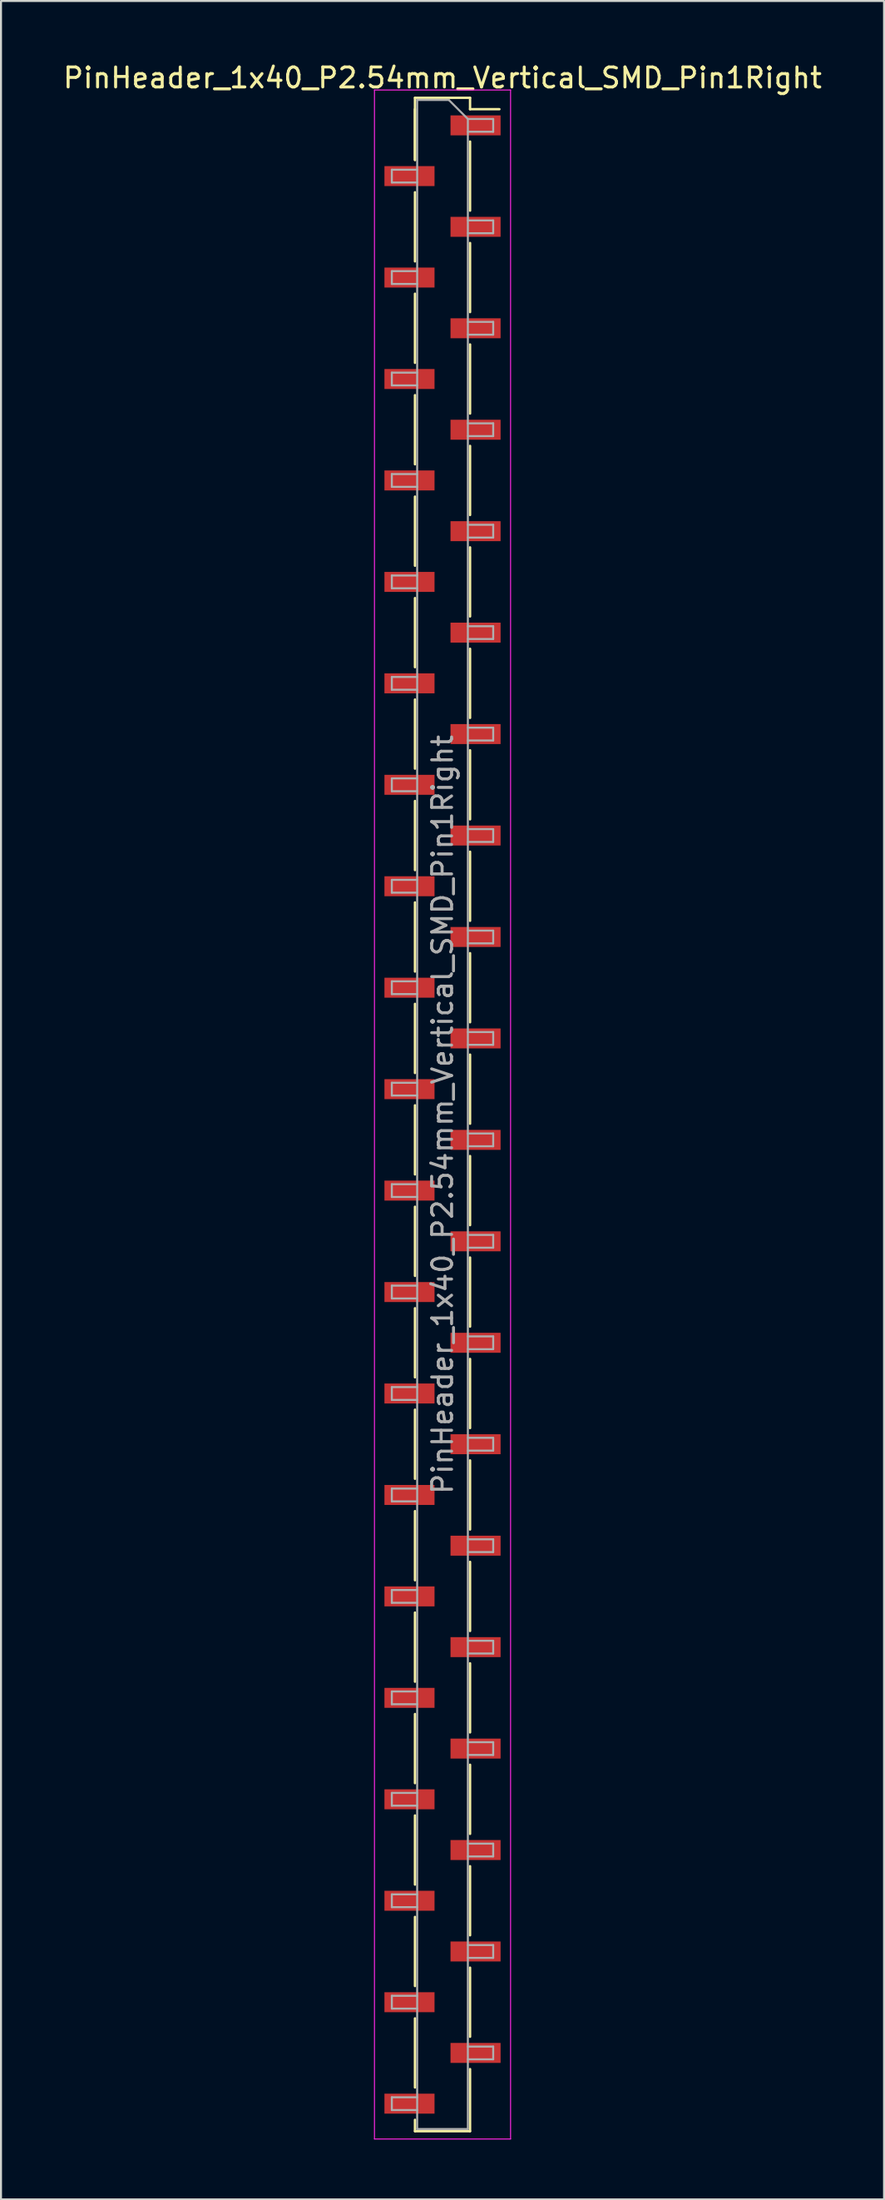
<source format=kicad_pcb>
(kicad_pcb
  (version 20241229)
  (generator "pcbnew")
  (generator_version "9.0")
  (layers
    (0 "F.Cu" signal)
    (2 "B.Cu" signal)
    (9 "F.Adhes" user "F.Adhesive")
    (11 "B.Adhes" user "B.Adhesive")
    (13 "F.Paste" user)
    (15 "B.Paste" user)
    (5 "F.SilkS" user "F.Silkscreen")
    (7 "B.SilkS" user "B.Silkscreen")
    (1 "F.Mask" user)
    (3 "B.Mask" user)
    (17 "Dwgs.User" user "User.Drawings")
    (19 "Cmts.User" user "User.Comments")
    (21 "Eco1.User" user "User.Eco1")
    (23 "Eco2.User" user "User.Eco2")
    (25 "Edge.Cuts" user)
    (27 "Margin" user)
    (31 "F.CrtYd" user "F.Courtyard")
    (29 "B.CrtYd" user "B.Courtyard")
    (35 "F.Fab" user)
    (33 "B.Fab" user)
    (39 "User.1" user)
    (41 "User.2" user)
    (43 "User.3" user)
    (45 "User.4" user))
  (footprint "PinHeader_1x40_P2.54mm_Vertical_SMD_Pin1Right"
    (layer "F.Cu")
    (at 19.125 52.758)
    (property "Reference" "PinHeader_1x40_P2.54mm_Vertical_SMD_Pin1Right" (at 0 -51.91 0) (layer "F.SilkS") (effects (font (size 1 1) (thickness 0.15))))
    (attr smd)
    (fp_line (start -1.38 -50.91) (end -1.38 -47.8) (stroke (width 0.12) (type solid)) (layer "F.SilkS"))
    (fp_line (start -1.38 -50.91) (end 1.38 -50.91) (stroke (width 0.12) (type solid)) (layer "F.SilkS"))
    (fp_line (start -1.38 -50.34) (end -1.38 -47.8) (stroke (width 0.12) (type solid)) (layer "F.SilkS"))
    (fp_line (start -1.38 -46.18) (end -1.38 -42.72) (stroke (width 0.12) (type solid)) (layer "F.SilkS"))
    (fp_line (start -1.38 -41.1) (end -1.38 -37.64) (stroke (width 0.12) (type solid)) (layer "F.SilkS"))
    (fp_line (start -1.38 -36.02) (end -1.38 -32.56) (stroke (width 0.12) (type solid)) (layer "F.SilkS"))
    (fp_line (start -1.38 -30.94) (end -1.38 -27.48) (stroke (width 0.12) (type solid)) (layer "F.SilkS"))
    (fp_line (start -1.38 -25.86) (end -1.38 -22.4) (stroke (width 0.12) (type solid)) (layer "F.SilkS"))
    (fp_line (start -1.38 -20.78) (end -1.38 -17.32) (stroke (width 0.12) (type solid)) (layer "F.SilkS"))
    (fp_line (start -1.38 -15.7) (end -1.38 -12.24) (stroke (width 0.12) (type solid)) (layer "F.SilkS"))
    (fp_line (start -1.38 -10.62) (end -1.38 -7.16) (stroke (width 0.12) (type solid)) (layer "F.SilkS"))
    (fp_line (start -1.38 -5.54) (end -1.38 -2.08) (stroke (width 0.12) (type solid)) (layer "F.SilkS"))
    (fp_line (start -1.38 -0.46) (end -1.38 3) (stroke (width 0.12) (type solid)) (layer "F.SilkS"))
    (fp_line (start -1.38 4.62) (end -1.38 8.08) (stroke (width 0.12) (type solid)) (layer "F.SilkS"))
    (fp_line (start -1.38 9.7) (end -1.38 13.16) (stroke (width 0.12) (type solid)) (layer "F.SilkS"))
    (fp_line (start -1.38 14.78) (end -1.38 18.24) (stroke (width 0.12) (type solid)) (layer "F.SilkS"))
    (fp_line (start -1.38 19.86) (end -1.38 23.32) (stroke (width 0.12) (type solid)) (layer "F.SilkS"))
    (fp_line (start -1.38 24.94) (end -1.38 28.4) (stroke (width 0.12) (type solid)) (layer "F.SilkS"))
    (fp_line (start -1.38 30.02) (end -1.38 33.48) (stroke (width 0.12) (type solid)) (layer "F.SilkS"))
    (fp_line (start -1.38 35.1) (end -1.38 38.56) (stroke (width 0.12) (type solid)) (layer "F.SilkS"))
    (fp_line (start -1.38 40.18) (end -1.38 43.64) (stroke (width 0.12) (type solid)) (layer "F.SilkS"))
    (fp_line (start -1.38 45.26) (end -1.38 48.72) (stroke (width 0.12) (type solid)) (layer "F.SilkS"))
    (fp_line (start -1.38 50.34) (end -1.38 50.91) (stroke (width 0.12) (type solid)) (layer "F.SilkS"))
    (fp_line (start -1.38 50.91) (end 1.38 50.91) (stroke (width 0.12) (type solid)) (layer "F.SilkS"))
    (fp_line (start 1.38 -50.91) (end 1.38 -50.34) (stroke (width 0.12) (type solid)) (layer "F.SilkS"))
    (fp_line (start 1.38 -50.34) (end 2.85 -50.34) (stroke (width 0.12) (type solid)) (layer "F.SilkS"))
    (fp_line (start 1.38 -48.72) (end 1.38 -45.26) (stroke (width 0.12) (type solid)) (layer "F.SilkS"))
    (fp_line (start 1.38 -43.64) (end 1.38 -40.18) (stroke (width 0.12) (type solid)) (layer "F.SilkS"))
    (fp_line (start 1.38 -38.56) (end 1.38 -35.1) (stroke (width 0.12) (type solid)) (layer "F.SilkS"))
    (fp_line (start 1.38 -33.48) (end 1.38 -30.02) (stroke (width 0.12) (type solid)) (layer "F.SilkS"))
    (fp_line (start 1.38 -28.4) (end 1.38 -24.94) (stroke (width 0.12) (type solid)) (layer "F.SilkS"))
    (fp_line (start 1.38 -23.32) (end 1.38 -19.86) (stroke (width 0.12) (type solid)) (layer "F.SilkS"))
    (fp_line (start 1.38 -18.24) (end 1.38 -14.78) (stroke (width 0.12) (type solid)) (layer "F.SilkS"))
    (fp_line (start 1.38 -13.16) (end 1.38 -9.7) (stroke (width 0.12) (type solid)) (layer "F.SilkS"))
    (fp_line (start 1.38 -8.08) (end 1.38 -4.62) (stroke (width 0.12) (type solid)) (layer "F.SilkS"))
    (fp_line (start 1.38 -3) (end 1.38 0.46) (stroke (width 0.12) (type solid)) (layer "F.SilkS"))
    (fp_line (start 1.38 2.08) (end 1.38 5.54) (stroke (width 0.12) (type solid)) (layer "F.SilkS"))
    (fp_line (start 1.38 7.16) (end 1.38 10.62) (stroke (width 0.12) (type solid)) (layer "F.SilkS"))
    (fp_line (start 1.38 12.24) (end 1.38 15.7) (stroke (width 0.12) (type solid)) (layer "F.SilkS"))
    (fp_line (start 1.38 17.32) (end 1.38 20.78) (stroke (width 0.12) (type solid)) (layer "F.SilkS"))
    (fp_line (start 1.38 22.4) (end 1.38 25.86) (stroke (width 0.12) (type solid)) (layer "F.SilkS"))
    (fp_line (start 1.38 27.48) (end 1.38 30.94) (stroke (width 0.12) (type solid)) (layer "F.SilkS"))
    (fp_line (start 1.38 32.56) (end 1.38 36.02) (stroke (width 0.12) (type solid)) (layer "F.SilkS"))
    (fp_line (start 1.38 37.64) (end 1.38 41.1) (stroke (width 0.12) (type solid)) (layer "F.SilkS"))
    (fp_line (start 1.38 42.72) (end 1.38 46.18) (stroke (width 0.12) (type solid)) (layer "F.SilkS"))
    (fp_line (start 1.38 47.8) (end 1.38 50.91) (stroke (width 0.12) (type solid)) (layer "F.SilkS"))
    (fp_line (start -3.41 -51.3) (end -3.41 51.3) (stroke (width 0.05) (type solid)) (layer "F.CrtYd"))
    (fp_line (start -3.41 51.3) (end 3.41 51.3) (stroke (width 0.05) (type solid)) (layer "F.CrtYd"))
    (fp_line (start 3.41 -51.3) (end -3.41 -51.3) (stroke (width 0.05) (type solid)) (layer "F.CrtYd"))
    (fp_line (start 3.41 51.3) (end 3.41 -51.3) (stroke (width 0.05) (type solid)) (layer "F.CrtYd"))
    (fp_line (start -2.54 -47.31) (end -2.54 -46.67) (stroke (width 0.1) (type solid)) (layer "F.Fab"))
    (fp_line (start -2.54 -46.67) (end -1.27 -46.67) (stroke (width 0.1) (type solid)) (layer "F.Fab"))
    (fp_line (start -2.54 -42.23) (end -2.54 -41.59) (stroke (width 0.1) (type solid)) (layer "F.Fab"))
    (fp_line (start -2.54 -41.59) (end -1.27 -41.59) (stroke (width 0.1) (type solid)) (layer "F.Fab"))
    (fp_line (start -2.54 -37.15) (end -2.54 -36.51) (stroke (width 0.1) (type solid)) (layer "F.Fab"))
    (fp_line (start -2.54 -36.51) (end -1.27 -36.51) (stroke (width 0.1) (type solid)) (layer "F.Fab"))
    (fp_line (start -2.54 -32.07) (end -2.54 -31.43) (stroke (width 0.1) (type solid)) (layer "F.Fab"))
    (fp_line (start -2.54 -31.43) (end -1.27 -31.43) (stroke (width 0.1) (type solid)) (layer "F.Fab"))
    (fp_line (start -2.54 -26.99) (end -2.54 -26.35) (stroke (width 0.1) (type solid)) (layer "F.Fab"))
    (fp_line (start -2.54 -26.35) (end -1.27 -26.35) (stroke (width 0.1) (type solid)) (layer "F.Fab"))
    (fp_line (start -2.54 -21.91) (end -2.54 -21.27) (stroke (width 0.1) (type solid)) (layer "F.Fab"))
    (fp_line (start -2.54 -21.27) (end -1.27 -21.27) (stroke (width 0.1) (type solid)) (layer "F.Fab"))
    (fp_line (start -2.54 -16.83) (end -2.54 -16.19) (stroke (width 0.1) (type solid)) (layer "F.Fab"))
    (fp_line (start -2.54 -16.19) (end -1.27 -16.19) (stroke (width 0.1) (type solid)) (layer "F.Fab"))
    (fp_line (start -2.54 -11.75) (end -2.54 -11.11) (stroke (width 0.1) (type solid)) (layer "F.Fab"))
    (fp_line (start -2.54 -11.11) (end -1.27 -11.11) (stroke (width 0.1) (type solid)) (layer "F.Fab"))
    (fp_line (start -2.54 -6.67) (end -2.54 -6.03) (stroke (width 0.1) (type solid)) (layer "F.Fab"))
    (fp_line (start -2.54 -6.03) (end -1.27 -6.03) (stroke (width 0.1) (type solid)) (layer "F.Fab"))
    (fp_line (start -2.54 -1.59) (end -2.54 -0.95) (stroke (width 0.1) (type solid)) (layer "F.Fab"))
    (fp_line (start -2.54 -0.95) (end -1.27 -0.95) (stroke (width 0.1) (type solid)) (layer "F.Fab"))
    (fp_line (start -2.54 3.49) (end -2.54 4.13) (stroke (width 0.1) (type solid)) (layer "F.Fab"))
    (fp_line (start -2.54 4.13) (end -1.27 4.13) (stroke (width 0.1) (type solid)) (layer "F.Fab"))
    (fp_line (start -2.54 8.57) (end -2.54 9.21) (stroke (width 0.1) (type solid)) (layer "F.Fab"))
    (fp_line (start -2.54 9.21) (end -1.27 9.21) (stroke (width 0.1) (type solid)) (layer "F.Fab"))
    (fp_line (start -2.54 13.65) (end -2.54 14.29) (stroke (width 0.1) (type solid)) (layer "F.Fab"))
    (fp_line (start -2.54 14.29) (end -1.27 14.29) (stroke (width 0.1) (type solid)) (layer "F.Fab"))
    (fp_line (start -2.54 18.73) (end -2.54 19.37) (stroke (width 0.1) (type solid)) (layer "F.Fab"))
    (fp_line (start -2.54 19.37) (end -1.27 19.37) (stroke (width 0.1) (type solid)) (layer "F.Fab"))
    (fp_line (start -2.54 23.81) (end -2.54 24.45) (stroke (width 0.1) (type solid)) (layer "F.Fab"))
    (fp_line (start -2.54 24.45) (end -1.27 24.45) (stroke (width 0.1) (type solid)) (layer "F.Fab"))
    (fp_line (start -2.54 28.89) (end -2.54 29.53) (stroke (width 0.1) (type solid)) (layer "F.Fab"))
    (fp_line (start -2.54 29.53) (end -1.27 29.53) (stroke (width 0.1) (type solid)) (layer "F.Fab"))
    (fp_line (start -2.54 33.97) (end -2.54 34.61) (stroke (width 0.1) (type solid)) (layer "F.Fab"))
    (fp_line (start -2.54 34.61) (end -1.27 34.61) (stroke (width 0.1) (type solid)) (layer "F.Fab"))
    (fp_line (start -2.54 39.05) (end -2.54 39.69) (stroke (width 0.1) (type solid)) (layer "F.Fab"))
    (fp_line (start -2.54 39.69) (end -1.27 39.69) (stroke (width 0.1) (type solid)) (layer "F.Fab"))
    (fp_line (start -2.54 44.13) (end -2.54 44.77) (stroke (width 0.1) (type solid)) (layer "F.Fab"))
    (fp_line (start -2.54 44.77) (end -1.27 44.77) (stroke (width 0.1) (type solid)) (layer "F.Fab"))
    (fp_line (start -2.54 49.21) (end -2.54 49.85) (stroke (width 0.1) (type solid)) (layer "F.Fab"))
    (fp_line (start -2.54 49.85) (end -1.27 49.85) (stroke (width 0.1) (type solid)) (layer "F.Fab"))
    (fp_line (start -1.27 -50.8) (end -1.27 50.8) (stroke (width 0.1) (type solid)) (layer "F.Fab"))
    (fp_line (start -1.27 -50.8) (end 0.32 -50.8) (stroke (width 0.1) (type solid)) (layer "F.Fab"))
    (fp_line (start -1.27 -47.31) (end -2.54 -47.31) (stroke (width 0.1) (type solid)) (layer "F.Fab"))
    (fp_line (start -1.27 -42.23) (end -2.54 -42.23) (stroke (width 0.1) (type solid)) (layer "F.Fab"))
    (fp_line (start -1.27 -37.15) (end -2.54 -37.15) (stroke (width 0.1) (type solid)) (layer "F.Fab"))
    (fp_line (start -1.27 -32.07) (end -2.54 -32.07) (stroke (width 0.1) (type solid)) (layer "F.Fab"))
    (fp_line (start -1.27 -26.99) (end -2.54 -26.99) (stroke (width 0.1) (type solid)) (layer "F.Fab"))
    (fp_line (start -1.27 -21.91) (end -2.54 -21.91) (stroke (width 0.1) (type solid)) (layer "F.Fab"))
    (fp_line (start -1.27 -16.83) (end -2.54 -16.83) (stroke (width 0.1) (type solid)) (layer "F.Fab"))
    (fp_line (start -1.27 -11.75) (end -2.54 -11.75) (stroke (width 0.1) (type solid)) (layer "F.Fab"))
    (fp_line (start -1.27 -6.67) (end -2.54 -6.67) (stroke (width 0.1) (type solid)) (layer "F.Fab"))
    (fp_line (start -1.27 -1.59) (end -2.54 -1.59) (stroke (width 0.1) (type solid)) (layer "F.Fab"))
    (fp_line (start -1.27 3.49) (end -2.54 3.49) (stroke (width 0.1) (type solid)) (layer "F.Fab"))
    (fp_line (start -1.27 8.57) (end -2.54 8.57) (stroke (width 0.1) (type solid)) (layer "F.Fab"))
    (fp_line (start -1.27 13.65) (end -2.54 13.65) (stroke (width 0.1) (type solid)) (layer "F.Fab"))
    (fp_line (start -1.27 18.73) (end -2.54 18.73) (stroke (width 0.1) (type solid)) (layer "F.Fab"))
    (fp_line (start -1.27 23.81) (end -2.54 23.81) (stroke (width 0.1) (type solid)) (layer "F.Fab"))
    (fp_line (start -1.27 28.89) (end -2.54 28.89) (stroke (width 0.1) (type solid)) (layer "F.Fab"))
    (fp_line (start -1.27 33.97) (end -2.54 33.97) (stroke (width 0.1) (type solid)) (layer "F.Fab"))
    (fp_line (start -1.27 39.05) (end -2.54 39.05) (stroke (width 0.1) (type solid)) (layer "F.Fab"))
    (fp_line (start -1.27 44.13) (end -2.54 44.13) (stroke (width 0.1) (type solid)) (layer "F.Fab"))
    (fp_line (start -1.27 49.21) (end -2.54 49.21) (stroke (width 0.1) (type solid)) (layer "F.Fab"))
    (fp_line (start 1.27 -49.85) (end 0.32 -50.8) (stroke (width 0.1) (type solid)) (layer "F.Fab"))
    (fp_line (start 1.27 -49.85) (end 2.54 -49.85) (stroke (width 0.1) (type solid)) (layer "F.Fab"))
    (fp_line (start 1.27 -44.77) (end 2.54 -44.77) (stroke (width 0.1) (type solid)) (layer "F.Fab"))
    (fp_line (start 1.27 -39.69) (end 2.54 -39.69) (stroke (width 0.1) (type solid)) (layer "F.Fab"))
    (fp_line (start 1.27 -34.61) (end 2.54 -34.61) (stroke (width 0.1) (type solid)) (layer "F.Fab"))
    (fp_line (start 1.27 -29.53) (end 2.54 -29.53) (stroke (width 0.1) (type solid)) (layer "F.Fab"))
    (fp_line (start 1.27 -24.45) (end 2.54 -24.45) (stroke (width 0.1) (type solid)) (layer "F.Fab"))
    (fp_line (start 1.27 -19.37) (end 2.54 -19.37) (stroke (width 0.1) (type solid)) (layer "F.Fab"))
    (fp_line (start 1.27 -14.29) (end 2.54 -14.29) (stroke (width 0.1) (type solid)) (layer "F.Fab"))
    (fp_line (start 1.27 -9.21) (end 2.54 -9.21) (stroke (width 0.1) (type solid)) (layer "F.Fab"))
    (fp_line (start 1.27 -4.13) (end 2.54 -4.13) (stroke (width 0.1) (type solid)) (layer "F.Fab"))
    (fp_line (start 1.27 0.95) (end 2.54 0.95) (stroke (width 0.1) (type solid)) (layer "F.Fab"))
    (fp_line (start 1.27 6.03) (end 2.54 6.03) (stroke (width 0.1) (type solid)) (layer "F.Fab"))
    (fp_line (start 1.27 11.11) (end 2.54 11.11) (stroke (width 0.1) (type solid)) (layer "F.Fab"))
    (fp_line (start 1.27 16.19) (end 2.54 16.19) (stroke (width 0.1) (type solid)) (layer "F.Fab"))
    (fp_line (start 1.27 21.27) (end 2.54 21.27) (stroke (width 0.1) (type solid)) (layer "F.Fab"))
    (fp_line (start 1.27 26.35) (end 2.54 26.35) (stroke (width 0.1) (type solid)) (layer "F.Fab"))
    (fp_line (start 1.27 31.43) (end 2.54 31.43) (stroke (width 0.1) (type solid)) (layer "F.Fab"))
    (fp_line (start 1.27 36.51) (end 2.54 36.51) (stroke (width 0.1) (type solid)) (layer "F.Fab"))
    (fp_line (start 1.27 41.59) (end 2.54 41.59) (stroke (width 0.1) (type solid)) (layer "F.Fab"))
    (fp_line (start 1.27 46.67) (end 2.54 46.67) (stroke (width 0.1) (type solid)) (layer "F.Fab"))
    (fp_line (start 1.27 50.8) (end -1.27 50.8) (stroke (width 0.1) (type solid)) (layer "F.Fab"))
    (fp_line (start 1.27 50.8) (end 1.27 -49.85) (stroke (width 0.1) (type solid)) (layer "F.Fab"))
    (fp_line (start 2.54 -49.85) (end 2.54 -49.21) (stroke (width 0.1) (type solid)) (layer "F.Fab"))
    (fp_line (start 2.54 -49.21) (end 1.27 -49.21) (stroke (width 0.1) (type solid)) (layer "F.Fab"))
    (fp_line (start 2.54 -44.77) (end 2.54 -44.13) (stroke (width 0.1) (type solid)) (layer "F.Fab"))
    (fp_line (start 2.54 -44.13) (end 1.27 -44.13) (stroke (width 0.1) (type solid)) (layer "F.Fab"))
    (fp_line (start 2.54 -39.69) (end 2.54 -39.05) (stroke (width 0.1) (type solid)) (layer "F.Fab"))
    (fp_line (start 2.54 -39.05) (end 1.27 -39.05) (stroke (width 0.1) (type solid)) (layer "F.Fab"))
    (fp_line (start 2.54 -34.61) (end 2.54 -33.97) (stroke (width 0.1) (type solid)) (layer "F.Fab"))
    (fp_line (start 2.54 -33.97) (end 1.27 -33.97) (stroke (width 0.1) (type solid)) (layer "F.Fab"))
    (fp_line (start 2.54 -29.53) (end 2.54 -28.89) (stroke (width 0.1) (type solid)) (layer "F.Fab"))
    (fp_line (start 2.54 -28.89) (end 1.27 -28.89) (stroke (width 0.1) (type solid)) (layer "F.Fab"))
    (fp_line (start 2.54 -24.45) (end 2.54 -23.81) (stroke (width 0.1) (type solid)) (layer "F.Fab"))
    (fp_line (start 2.54 -23.81) (end 1.27 -23.81) (stroke (width 0.1) (type solid)) (layer "F.Fab"))
    (fp_line (start 2.54 -19.37) (end 2.54 -18.73) (stroke (width 0.1) (type solid)) (layer "F.Fab"))
    (fp_line (start 2.54 -18.73) (end 1.27 -18.73) (stroke (width 0.1) (type solid)) (layer "F.Fab"))
    (fp_line (start 2.54 -14.29) (end 2.54 -13.65) (stroke (width 0.1) (type solid)) (layer "F.Fab"))
    (fp_line (start 2.54 -13.65) (end 1.27 -13.65) (stroke (width 0.1) (type solid)) (layer "F.Fab"))
    (fp_line (start 2.54 -9.21) (end 2.54 -8.57) (stroke (width 0.1) (type solid)) (layer "F.Fab"))
    (fp_line (start 2.54 -8.57) (end 1.27 -8.57) (stroke (width 0.1) (type solid)) (layer "F.Fab"))
    (fp_line (start 2.54 -4.13) (end 2.54 -3.49) (stroke (width 0.1) (type solid)) (layer "F.Fab"))
    (fp_line (start 2.54 -3.49) (end 1.27 -3.49) (stroke (width 0.1) (type solid)) (layer "F.Fab"))
    (fp_line (start 2.54 0.95) (end 2.54 1.59) (stroke (width 0.1) (type solid)) (layer "F.Fab"))
    (fp_line (start 2.54 1.59) (end 1.27 1.59) (stroke (width 0.1) (type solid)) (layer "F.Fab"))
    (fp_line (start 2.54 6.03) (end 2.54 6.67) (stroke (width 0.1) (type solid)) (layer "F.Fab"))
    (fp_line (start 2.54 6.67) (end 1.27 6.67) (stroke (width 0.1) (type solid)) (layer "F.Fab"))
    (fp_line (start 2.54 11.11) (end 2.54 11.75) (stroke (width 0.1) (type solid)) (layer "F.Fab"))
    (fp_line (start 2.54 11.75) (end 1.27 11.75) (stroke (width 0.1) (type solid)) (layer "F.Fab"))
    (fp_line (start 2.54 16.19) (end 2.54 16.83) (stroke (width 0.1) (type solid)) (layer "F.Fab"))
    (fp_line (start 2.54 16.83) (end 1.27 16.83) (stroke (width 0.1) (type solid)) (layer "F.Fab"))
    (fp_line (start 2.54 21.27) (end 2.54 21.91) (stroke (width 0.1) (type solid)) (layer "F.Fab"))
    (fp_line (start 2.54 21.91) (end 1.27 21.91) (stroke (width 0.1) (type solid)) (layer "F.Fab"))
    (fp_line (start 2.54 26.35) (end 2.54 26.99) (stroke (width 0.1) (type solid)) (layer "F.Fab"))
    (fp_line (start 2.54 26.99) (end 1.27 26.99) (stroke (width 0.1) (type solid)) (layer "F.Fab"))
    (fp_line (start 2.54 31.43) (end 2.54 32.07) (stroke (width 0.1) (type solid)) (layer "F.Fab"))
    (fp_line (start 2.54 32.07) (end 1.27 32.07) (stroke (width 0.1) (type solid)) (layer "F.Fab"))
    (fp_line (start 2.54 36.51) (end 2.54 37.15) (stroke (width 0.1) (type solid)) (layer "F.Fab"))
    (fp_line (start 2.54 37.15) (end 1.27 37.15) (stroke (width 0.1) (type solid)) (layer "F.Fab"))
    (fp_line (start 2.54 41.59) (end 2.54 42.23) (stroke (width 0.1) (type solid)) (layer "F.Fab"))
    (fp_line (start 2.54 42.23) (end 1.27 42.23) (stroke (width 0.1) (type solid)) (layer "F.Fab"))
    (fp_line (start 2.54 46.67) (end 2.54 47.31) (stroke (width 0.1) (type solid)) (layer "F.Fab"))
    (fp_line (start 2.54 47.31) (end 1.27 47.31) (stroke (width 0.1) (type solid)) (layer "F.Fab"))
    (fp_text user "${REFERENCE}" (at 0 0 90) (layer "F.Fab") (effects (font (size 1 1) (thickness 0.15))))
    (pad "1" smd rect (at 1.655 -49.53) (size 2.51 1) (layers "F.Cu" "F.Mask" "F.Paste"))
    (pad "2" smd rect (at -1.655 -46.99) (size 2.51 1) (layers "F.Cu" "F.Mask" "F.Paste"))
    (pad "3" smd rect (at 1.655 -44.45) (size 2.51 1) (layers "F.Cu" "F.Mask" "F.Paste"))
    (pad "4" smd rect (at -1.655 -41.91) (size 2.51 1) (layers "F.Cu" "F.Mask" "F.Paste"))
    (pad "5" smd rect (at 1.655 -39.37) (size 2.51 1) (layers "F.Cu" "F.Mask" "F.Paste"))
    (pad "6" smd rect (at -1.655 -36.83) (size 2.51 1) (layers "F.Cu" "F.Mask" "F.Paste"))
    (pad "7" smd rect (at 1.655 -34.29) (size 2.51 1) (layers "F.Cu" "F.Mask" "F.Paste"))
    (pad "8" smd rect (at -1.655 -31.75) (size 2.51 1) (layers "F.Cu" "F.Mask" "F.Paste"))
    (pad "9" smd rect (at 1.655 -29.21) (size 2.51 1) (layers "F.Cu" "F.Mask" "F.Paste"))
    (pad "10" smd rect (at -1.655 -26.67) (size 2.51 1) (layers "F.Cu" "F.Mask" "F.Paste"))
    (pad "11" smd rect (at 1.655 -24.13) (size 2.51 1) (layers "F.Cu" "F.Mask" "F.Paste"))
    (pad "12" smd rect (at -1.655 -21.59) (size 2.51 1) (layers "F.Cu" "F.Mask" "F.Paste"))
    (pad "13" smd rect (at 1.655 -19.05) (size 2.51 1) (layers "F.Cu" "F.Mask" "F.Paste"))
    (pad "14" smd rect (at -1.655 -16.51) (size 2.51 1) (layers "F.Cu" "F.Mask" "F.Paste"))
    (pad "15" smd rect (at 1.655 -13.97) (size 2.51 1) (layers "F.Cu" "F.Mask" "F.Paste"))
    (pad "16" smd rect (at -1.655 -11.43) (size 2.51 1) (layers "F.Cu" "F.Mask" "F.Paste"))
    (pad "17" smd rect (at 1.655 -8.89) (size 2.51 1) (layers "F.Cu" "F.Mask" "F.Paste"))
    (pad "18" smd rect (at -1.655 -6.35) (size 2.51 1) (layers "F.Cu" "F.Mask" "F.Paste"))
    (pad "19" smd rect (at 1.655 -3.81) (size 2.51 1) (layers "F.Cu" "F.Mask" "F.Paste"))
    (pad "20" smd rect (at -1.655 -1.27) (size 2.51 1) (layers "F.Cu" "F.Mask" "F.Paste"))
    (pad "21" smd rect (at 1.655 1.27) (size 2.51 1) (layers "F.Cu" "F.Mask" "F.Paste"))
    (pad "22" smd rect (at -1.655 3.81) (size 2.51 1) (layers "F.Cu" "F.Mask" "F.Paste"))
    (pad "23" smd rect (at 1.655 6.35) (size 2.51 1) (layers "F.Cu" "F.Mask" "F.Paste"))
    (pad "24" smd rect (at -1.655 8.89) (size 2.51 1) (layers "F.Cu" "F.Mask" "F.Paste"))
    (pad "25" smd rect (at 1.655 11.43) (size 2.51 1) (layers "F.Cu" "F.Mask" "F.Paste"))
    (pad "26" smd rect (at -1.655 13.97) (size 2.51 1) (layers "F.Cu" "F.Mask" "F.Paste"))
    (pad "27" smd rect (at 1.655 16.51) (size 2.51 1) (layers "F.Cu" "F.Mask" "F.Paste"))
    (pad "28" smd rect (at -1.655 19.05) (size 2.51 1) (layers "F.Cu" "F.Mask" "F.Paste"))
    (pad "29" smd rect (at 1.655 21.59) (size 2.51 1) (layers "F.Cu" "F.Mask" "F.Paste"))
    (pad "30" smd rect (at -1.655 24.13) (size 2.51 1) (layers "F.Cu" "F.Mask" "F.Paste"))
    (pad "31" smd rect (at 1.655 26.67) (size 2.51 1) (layers "F.Cu" "F.Mask" "F.Paste"))
    (pad "32" smd rect (at -1.655 29.21) (size 2.51 1) (layers "F.Cu" "F.Mask" "F.Paste"))
    (pad "33" smd rect (at 1.655 31.75) (size 2.51 1) (layers "F.Cu" "F.Mask" "F.Paste"))
    (pad "34" smd rect (at -1.655 34.29) (size 2.51 1) (layers "F.Cu" "F.Mask" "F.Paste"))
    (pad "35" smd rect (at 1.655 36.83) (size 2.51 1) (layers "F.Cu" "F.Mask" "F.Paste"))
    (pad "36" smd rect (at -1.655 39.37) (size 2.51 1) (layers "F.Cu" "F.Mask" "F.Paste"))
    (pad "37" smd rect (at 1.655 41.91) (size 2.51 1) (layers "F.Cu" "F.Mask" "F.Paste"))
    (pad "38" smd rect (at -1.655 44.45) (size 2.51 1) (layers "F.Cu" "F.Mask" "F.Paste"))
    (pad "39" smd rect (at 1.655 46.99) (size 2.51 1) (layers "F.Cu" "F.Mask" "F.Paste"))
    (pad "40" smd rect (at -1.655 49.53) (size 2.51 1) (layers "F.Cu" "F.Mask" "F.Paste")))
  (gr_rect
    (start -3 -3)
    (end 41.25 107.083)
    (stroke (width 0.1) (type default))
    (fill no)
    (layer "Edge.Cuts")))
</source>
